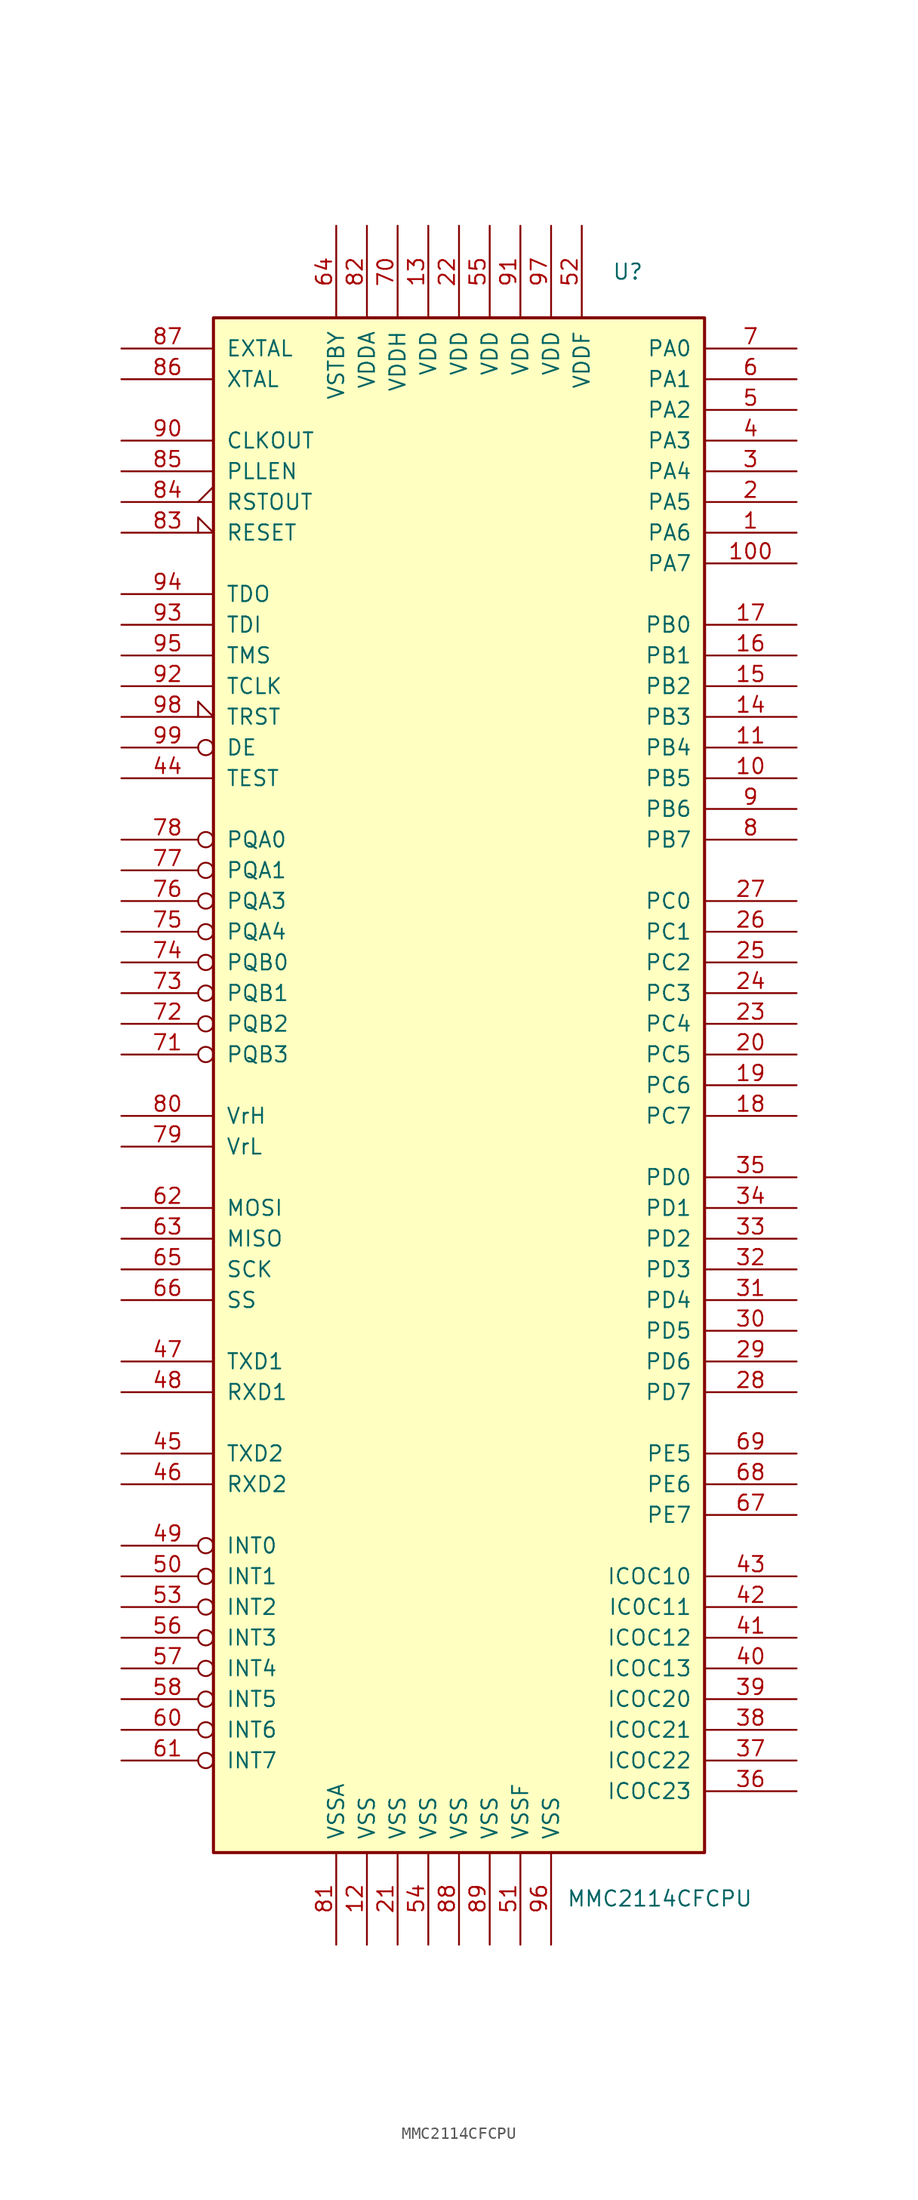
<source format=kicad_sym>
(kicad_symbol_lib
  (version 20201005)
  (generator kicad_symbol_editor)
  (symbol "MCU_NXP_MCore:MMC2114CFCPU"
    (pin_names
      (offset 1.016))
    (property "Reference" "U"
      (at 13.97 67.31 0)
      (effects (font (size 1.27 1.27))))
    (property "Value" "MMC2114CFCPU"
      (at 8.89 -67.31 0)
      (effects (font (size 1.27 1.27)) (justify left)))
    (symbol "MMC2114CFCPU_0_1"
      (rectangle (start -20.32 63.5) (end 20.32 -63.5) (stroke (width 0.254)) (fill (type background))))
    (symbol "MMC2114CFCPU_1_1"
      (pin bidirectional line (at 27.94 45.72 180) (length 7.62) (name "PA6" (effects (font (size 1.27 1.27)))) (number "1" (effects (font (size 1.27 1.27)))))
      (pin bidirectional line (at 27.94 25.4 180) (length 7.62) (name "PB5" (effects (font (size 1.27 1.27)))) (number "10" (effects (font (size 1.27 1.27)))))
      (pin bidirectional line (at 27.94 43.18 180) (length 7.62) (name "PA7" (effects (font (size 1.27 1.27)))) (number "100" (effects (font (size 1.27 1.27)))))
      (pin bidirectional line (at 27.94 27.94 180) (length 7.62) (name "PB4" (effects (font (size 1.27 1.27)))) (number "11" (effects (font (size 1.27 1.27)))))
      (pin power_in line (at -7.62 -71.12 90) (length 7.62) (name "VSS" (effects (font (size 1.27 1.27)))) (number "12" (effects (font (size 1.27 1.27)))))
      (pin power_in line (at -2.54 71.12 270) (length 7.62) (name "VDD" (effects (font (size 1.27 1.27)))) (number "13" (effects (font (size 1.27 1.27)))))
      (pin bidirectional line (at 27.94 30.48 180) (length 7.62) (name "PB3" (effects (font (size 1.27 1.27)))) (number "14" (effects (font (size 1.27 1.27)))))
      (pin bidirectional line (at 27.94 33.02 180) (length 7.62) (name "PB2" (effects (font (size 1.27 1.27)))) (number "15" (effects (font (size 1.27 1.27)))))
      (pin bidirectional line (at 27.94 35.56 180) (length 7.62) (name "PB1" (effects (font (size 1.27 1.27)))) (number "16" (effects (font (size 1.27 1.27)))))
      (pin bidirectional line (at 27.94 38.1 180) (length 7.62) (name "PB0" (effects (font (size 1.27 1.27)))) (number "17" (effects (font (size 1.27 1.27)))))
      (pin bidirectional line (at 27.94 -2.54 180) (length 7.62) (name "PC7" (effects (font (size 1.27 1.27)))) (number "18" (effects (font (size 1.27 1.27)))))
      (pin bidirectional line (at 27.94 0 180) (length 7.62) (name "PC6" (effects (font (size 1.27 1.27)))) (number "19" (effects (font (size 1.27 1.27)))))
      (pin bidirectional line (at 27.94 48.26 180) (length 7.62) (name "PA5" (effects (font (size 1.27 1.27)))) (number "2" (effects (font (size 1.27 1.27)))))
      (pin bidirectional line (at 27.94 2.54 180) (length 7.62) (name "PC5" (effects (font (size 1.27 1.27)))) (number "20" (effects (font (size 1.27 1.27)))))
      (pin power_in line (at -5.08 -71.12 90) (length 7.62) (name "VSS" (effects (font (size 1.27 1.27)))) (number "21" (effects (font (size 1.27 1.27)))))
      (pin power_in line (at 0 71.12 270) (length 7.62) (name "VDD" (effects (font (size 1.27 1.27)))) (number "22" (effects (font (size 1.27 1.27)))))
      (pin bidirectional line (at 27.94 5.08 180) (length 7.62) (name "PC4" (effects (font (size 1.27 1.27)))) (number "23" (effects (font (size 1.27 1.27)))))
      (pin bidirectional line (at 27.94 7.62 180) (length 7.62) (name "PC3" (effects (font (size 1.27 1.27)))) (number "24" (effects (font (size 1.27 1.27)))))
      (pin bidirectional line (at 27.94 10.16 180) (length 7.62) (name "PC2" (effects (font (size 1.27 1.27)))) (number "25" (effects (font (size 1.27 1.27)))))
      (pin bidirectional line (at 27.94 12.7 180) (length 7.62) (name "PC1" (effects (font (size 1.27 1.27)))) (number "26" (effects (font (size 1.27 1.27)))))
      (pin bidirectional line (at 27.94 15.24 180) (length 7.62) (name "PC0" (effects (font (size 1.27 1.27)))) (number "27" (effects (font (size 1.27 1.27)))))
      (pin bidirectional line (at 27.94 -25.4 180) (length 7.62) (name "PD7" (effects (font (size 1.27 1.27)))) (number "28" (effects (font (size 1.27 1.27)))))
      (pin bidirectional line (at 27.94 -22.86 180) (length 7.62) (name "PD6" (effects (font (size 1.27 1.27)))) (number "29" (effects (font (size 1.27 1.27)))))
      (pin bidirectional line (at 27.94 50.8 180) (length 7.62) (name "PA4" (effects (font (size 1.27 1.27)))) (number "3" (effects (font (size 1.27 1.27)))))
      (pin bidirectional line (at 27.94 -20.32 180) (length 7.62) (name "PD5" (effects (font (size 1.27 1.27)))) (number "30" (effects (font (size 1.27 1.27)))))
      (pin bidirectional line (at 27.94 -17.78 180) (length 7.62) (name "PD4" (effects (font (size 1.27 1.27)))) (number "31" (effects (font (size 1.27 1.27)))))
      (pin bidirectional line (at 27.94 -15.24 180) (length 7.62) (name "PD3" (effects (font (size 1.27 1.27)))) (number "32" (effects (font (size 1.27 1.27)))))
      (pin bidirectional line (at 27.94 -12.7 180) (length 7.62) (name "PD2" (effects (font (size 1.27 1.27)))) (number "33" (effects (font (size 1.27 1.27)))))
      (pin bidirectional line (at 27.94 -10.16 180) (length 7.62) (name "PD1" (effects (font (size 1.27 1.27)))) (number "34" (effects (font (size 1.27 1.27)))))
      (pin bidirectional line (at 27.94 -7.62 180) (length 7.62) (name "PD0" (effects (font (size 1.27 1.27)))) (number "35" (effects (font (size 1.27 1.27)))))
      (pin bidirectional line (at 27.94 -58.42 180) (length 7.62) (name "ICOC23" (effects (font (size 1.27 1.27)))) (number "36" (effects (font (size 1.27 1.27)))))
      (pin bidirectional line (at 27.94 -55.88 180) (length 7.62) (name "ICOC22" (effects (font (size 1.27 1.27)))) (number "37" (effects (font (size 1.27 1.27)))))
      (pin bidirectional line (at 27.94 -53.34 180) (length 7.62) (name "ICOC21" (effects (font (size 1.27 1.27)))) (number "38" (effects (font (size 1.27 1.27)))))
      (pin bidirectional line (at 27.94 -50.8 180) (length 7.62) (name "ICOC20" (effects (font (size 1.27 1.27)))) (number "39" (effects (font (size 1.27 1.27)))))
      (pin bidirectional line (at 27.94 53.34 180) (length 7.62) (name "PA3" (effects (font (size 1.27 1.27)))) (number "4" (effects (font (size 1.27 1.27)))))
      (pin bidirectional line (at 27.94 -48.26 180) (length 7.62) (name "ICOC13" (effects (font (size 1.27 1.27)))) (number "40" (effects (font (size 1.27 1.27)))))
      (pin bidirectional line (at 27.94 -45.72 180) (length 7.62) (name "ICOC12" (effects (font (size 1.27 1.27)))) (number "41" (effects (font (size 1.27 1.27)))))
      (pin bidirectional line (at 27.94 -43.18 180) (length 7.62) (name "IC0C11" (effects (font (size 1.27 1.27)))) (number "42" (effects (font (size 1.27 1.27)))))
      (pin bidirectional line (at 27.94 -40.64 180) (length 7.62) (name "ICOC10" (effects (font (size 1.27 1.27)))) (number "43" (effects (font (size 1.27 1.27)))))
      (pin bidirectional line (at -27.94 25.4 0) (length 7.62) (name "TEST" (effects (font (size 1.27 1.27)))) (number "44" (effects (font (size 1.27 1.27)))))
      (pin bidirectional line (at -27.94 -30.48 0) (length 7.62) (name "TXD2" (effects (font (size 1.27 1.27)))) (number "45" (effects (font (size 1.27 1.27)))))
      (pin bidirectional line (at -27.94 -33.02 0) (length 7.62) (name "RXD2" (effects (font (size 1.27 1.27)))) (number "46" (effects (font (size 1.27 1.27)))))
      (pin bidirectional line (at -27.94 -22.86 0) (length 7.62) (name "TXD1" (effects (font (size 1.27 1.27)))) (number "47" (effects (font (size 1.27 1.27)))))
      (pin bidirectional line (at -27.94 -25.4 0) (length 7.62) (name "RXD1" (effects (font (size 1.27 1.27)))) (number "48" (effects (font (size 1.27 1.27)))))
      (pin bidirectional inverted (at -27.94 -38.1 0) (length 7.62) (name "INT0" (effects (font (size 1.27 1.27)))) (number "49" (effects (font (size 1.27 1.27)))))
      (pin bidirectional line (at 27.94 55.88 180) (length 7.62) (name "PA2" (effects (font (size 1.27 1.27)))) (number "5" (effects (font (size 1.27 1.27)))))
      (pin bidirectional inverted (at -27.94 -40.64 0) (length 7.62) (name "INT1" (effects (font (size 1.27 1.27)))) (number "50" (effects (font (size 1.27 1.27)))))
      (pin power_in line (at 5.08 -71.12 90) (length 7.62) (name "VSSF" (effects (font (size 1.27 1.27)))) (number "51" (effects (font (size 1.27 1.27)))))
      (pin power_in line (at 10.16 71.12 270) (length 7.62) (name "VDDF" (effects (font (size 1.27 1.27)))) (number "52" (effects (font (size 1.27 1.27)))))
      (pin bidirectional inverted (at -27.94 -43.18 0) (length 7.62) (name "INT2" (effects (font (size 1.27 1.27)))) (number "53" (effects (font (size 1.27 1.27)))))
      (pin power_in line (at -2.54 -71.12 90) (length 7.62) (name "VSS" (effects (font (size 1.27 1.27)))) (number "54" (effects (font (size 1.27 1.27)))))
      (pin power_in line (at 2.54 71.12 270) (length 7.62) (name "VDD" (effects (font (size 1.27 1.27)))) (number "55" (effects (font (size 1.27 1.27)))))
      (pin bidirectional inverted (at -27.94 -45.72 0) (length 7.62) (name "INT3" (effects (font (size 1.27 1.27)))) (number "56" (effects (font (size 1.27 1.27)))))
      (pin bidirectional inverted (at -27.94 -48.26 0) (length 7.62) (name "INT4" (effects (font (size 1.27 1.27)))) (number "57" (effects (font (size 1.27 1.27)))))
      (pin bidirectional inverted (at -27.94 -50.8 0) (length 7.62) (name "INT5" (effects (font (size 1.27 1.27)))) (number "58" (effects (font (size 1.27 1.27)))))
      (pin bidirectional line (at 27.94 58.42 180) (length 7.62) (name "PA1" (effects (font (size 1.27 1.27)))) (number "6" (effects (font (size 1.27 1.27)))))
      (pin bidirectional inverted (at -27.94 -53.34 0) (length 7.62) (name "INT6" (effects (font (size 1.27 1.27)))) (number "60" (effects (font (size 1.27 1.27)))))
      (pin bidirectional inverted (at -27.94 -55.88 0) (length 7.62) (name "INT7" (effects (font (size 1.27 1.27)))) (number "61" (effects (font (size 1.27 1.27)))))
      (pin bidirectional line (at -27.94 -10.16 0) (length 7.62) (name "MOSI" (effects (font (size 1.27 1.27)))) (number "62" (effects (font (size 1.27 1.27)))))
      (pin bidirectional line (at -27.94 -12.7 0) (length 7.62) (name "MISO" (effects (font (size 1.27 1.27)))) (number "63" (effects (font (size 1.27 1.27)))))
      (pin power_in line (at -10.16 71.12 270) (length 7.62) (name "VSTBY" (effects (font (size 1.27 1.27)))) (number "64" (effects (font (size 1.27 1.27)))))
      (pin bidirectional line (at -27.94 -15.24 0) (length 7.62) (name "SCK" (effects (font (size 1.27 1.27)))) (number "65" (effects (font (size 1.27 1.27)))))
      (pin bidirectional line (at -27.94 -17.78 0) (length 7.62) (name "SS" (effects (font (size 1.27 1.27)))) (number "66" (effects (font (size 1.27 1.27)))))
      (pin bidirectional line (at 27.94 -35.56 180) (length 7.62) (name "PE7" (effects (font (size 1.27 1.27)))) (number "67" (effects (font (size 1.27 1.27)))))
      (pin bidirectional line (at 27.94 -33.02 180) (length 7.62) (name "PE6" (effects (font (size 1.27 1.27)))) (number "68" (effects (font (size 1.27 1.27)))))
      (pin bidirectional line (at 27.94 -30.48 180) (length 7.62) (name "PE5" (effects (font (size 1.27 1.27)))) (number "69" (effects (font (size 1.27 1.27)))))
      (pin bidirectional line (at 27.94 60.96 180) (length 7.62) (name "PA0" (effects (font (size 1.27 1.27)))) (number "7" (effects (font (size 1.27 1.27)))))
      (pin power_in line (at -5.08 71.12 270) (length 7.62) (name "VDDH" (effects (font (size 1.27 1.27)))) (number "70" (effects (font (size 1.27 1.27)))))
      (pin bidirectional inverted (at -27.94 2.54 0) (length 7.62) (name "PQB3" (effects (font (size 1.27 1.27)))) (number "71" (effects (font (size 1.27 1.27)))))
      (pin bidirectional inverted (at -27.94 5.08 0) (length 7.62) (name "PQB2" (effects (font (size 1.27 1.27)))) (number "72" (effects (font (size 1.27 1.27)))))
      (pin bidirectional inverted (at -27.94 7.62 0) (length 7.62) (name "PQB1" (effects (font (size 1.27 1.27)))) (number "73" (effects (font (size 1.27 1.27)))))
      (pin bidirectional inverted (at -27.94 10.16 0) (length 7.62) (name "PQB0" (effects (font (size 1.27 1.27)))) (number "74" (effects (font (size 1.27 1.27)))))
      (pin bidirectional inverted (at -27.94 12.7 0) (length 7.62) (name "PQA4" (effects (font (size 1.27 1.27)))) (number "75" (effects (font (size 1.27 1.27)))))
      (pin bidirectional inverted (at -27.94 15.24 0) (length 7.62) (name "PQA3" (effects (font (size 1.27 1.27)))) (number "76" (effects (font (size 1.27 1.27)))))
      (pin bidirectional inverted (at -27.94 17.78 0) (length 7.62) (name "PQA1" (effects (font (size 1.27 1.27)))) (number "77" (effects (font (size 1.27 1.27)))))
      (pin bidirectional inverted (at -27.94 20.32 0) (length 7.62) (name "PQA0" (effects (font (size 1.27 1.27)))) (number "78" (effects (font (size 1.27 1.27)))))
      (pin input line (at -27.94 -5.08 0) (length 7.62) (name "VrL" (effects (font (size 1.27 1.27)))) (number "79" (effects (font (size 1.27 1.27)))))
      (pin bidirectional line (at 27.94 20.32 180) (length 7.62) (name "PB7" (effects (font (size 1.27 1.27)))) (number "8" (effects (font (size 1.27 1.27)))))
      (pin input line (at -27.94 -2.54 0) (length 7.62) (name "VrH" (effects (font (size 1.27 1.27)))) (number "80" (effects (font (size 1.27 1.27)))))
      (pin power_in line (at -10.16 -71.12 90) (length 7.62) (name "VSSA" (effects (font (size 1.27 1.27)))) (number "81" (effects (font (size 1.27 1.27)))))
      (pin power_in line (at -7.62 71.12 270) (length 7.62) (name "VDDA" (effects (font (size 1.27 1.27)))) (number "82" (effects (font (size 1.27 1.27)))))
      (pin input input_low (at -27.94 45.72 0) (length 7.62) (name "RESET" (effects (font (size 1.27 1.27)))) (number "83" (effects (font (size 1.27 1.27)))))
      (pin output output_low (at -27.94 48.26 0) (length 7.62) (name "RSTOUT" (effects (font (size 1.27 1.27)))) (number "84" (effects (font (size 1.27 1.27)))))
      (pin input line (at -27.94 50.8 0) (length 7.62) (name "PLLEN" (effects (font (size 1.27 1.27)))) (number "85" (effects (font (size 1.27 1.27)))))
      (pin output line (at -27.94 58.42 0) (length 7.62) (name "XTAL" (effects (font (size 1.27 1.27)))) (number "86" (effects (font (size 1.27 1.27)))))
      (pin input line (at -27.94 60.96 0) (length 7.62) (name "EXTAL" (effects (font (size 1.27 1.27)))) (number "87" (effects (font (size 1.27 1.27)))))
      (pin power_in line (at 0 -71.12 90) (length 7.62) (name "VSS" (effects (font (size 1.27 1.27)))) (number "88" (effects (font (size 1.27 1.27)))))
      (pin power_in line (at 2.54 -71.12 90) (length 7.62) (name "VSS" (effects (font (size 1.27 1.27)))) (number "89" (effects (font (size 1.27 1.27)))))
      (pin bidirectional line (at 27.94 22.86 180) (length 7.62) (name "PB6" (effects (font (size 1.27 1.27)))) (number "9" (effects (font (size 1.27 1.27)))))
      (pin output line (at -27.94 53.34 0) (length 7.62) (name "CLKOUT" (effects (font (size 1.27 1.27)))) (number "90" (effects (font (size 1.27 1.27)))))
      (pin power_in line (at 5.08 71.12 270) (length 7.62) (name "VDD" (effects (font (size 1.27 1.27)))) (number "91" (effects (font (size 1.27 1.27)))))
      (pin input line (at -27.94 33.02 0) (length 7.62) (name "TCLK" (effects (font (size 1.27 1.27)))) (number "92" (effects (font (size 1.27 1.27)))))
      (pin input line (at -27.94 38.1 0) (length 7.62) (name "TDI" (effects (font (size 1.27 1.27)))) (number "93" (effects (font (size 1.27 1.27)))))
      (pin output line (at -27.94 40.64 0) (length 7.62) (name "TDO" (effects (font (size 1.27 1.27)))) (number "94" (effects (font (size 1.27 1.27)))))
      (pin input line (at -27.94 35.56 0) (length 7.62) (name "TMS" (effects (font (size 1.27 1.27)))) (number "95" (effects (font (size 1.27 1.27)))))
      (pin power_in line (at 7.62 -71.12 90) (length 7.62) (name "VSS" (effects (font (size 1.27 1.27)))) (number "96" (effects (font (size 1.27 1.27)))))
      (pin power_in line (at 7.62 71.12 270) (length 7.62) (name "VDD" (effects (font (size 1.27 1.27)))) (number "97" (effects (font (size 1.27 1.27)))))
      (pin input input_low (at -27.94 30.48 0) (length 7.62) (name "TRST" (effects (font (size 1.27 1.27)))) (number "98" (effects (font (size 1.27 1.27)))))
      (pin output inverted (at -27.94 27.94 0) (length 7.62) (name "DE" (effects (font (size 1.27 1.27)))) (number "99" (effects (font (size 1.27 1.27))))))))
</source>
